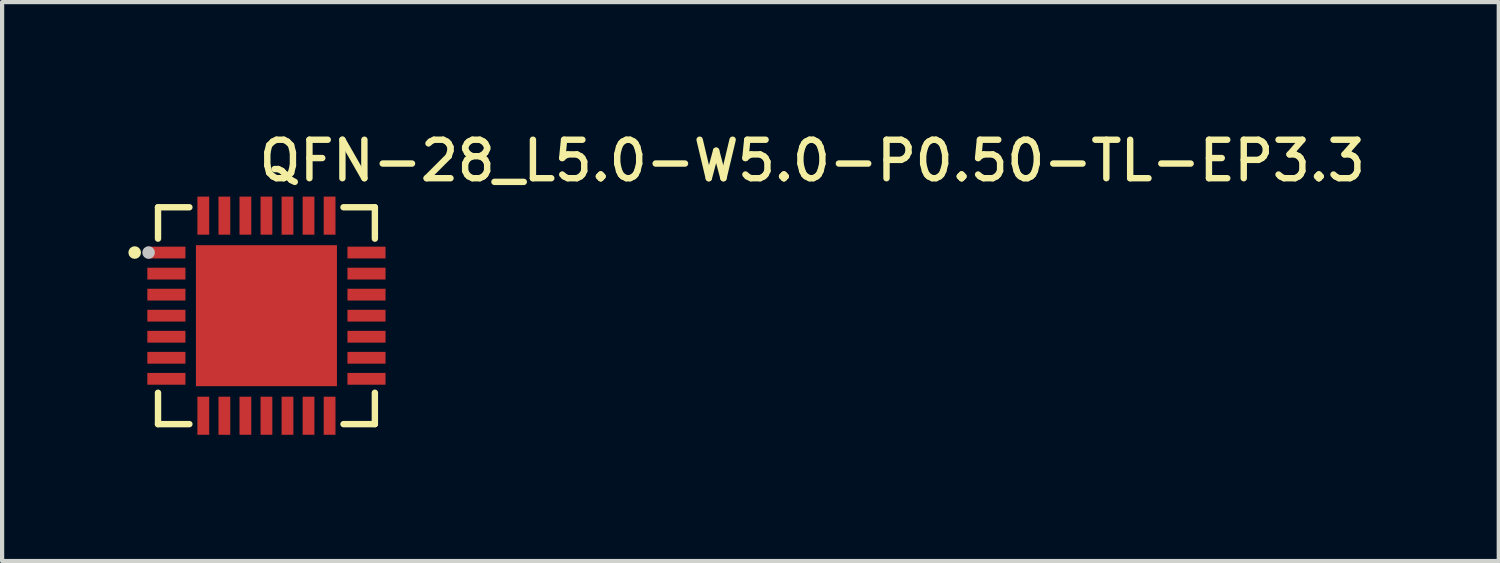
<source format=kicad_pcb>
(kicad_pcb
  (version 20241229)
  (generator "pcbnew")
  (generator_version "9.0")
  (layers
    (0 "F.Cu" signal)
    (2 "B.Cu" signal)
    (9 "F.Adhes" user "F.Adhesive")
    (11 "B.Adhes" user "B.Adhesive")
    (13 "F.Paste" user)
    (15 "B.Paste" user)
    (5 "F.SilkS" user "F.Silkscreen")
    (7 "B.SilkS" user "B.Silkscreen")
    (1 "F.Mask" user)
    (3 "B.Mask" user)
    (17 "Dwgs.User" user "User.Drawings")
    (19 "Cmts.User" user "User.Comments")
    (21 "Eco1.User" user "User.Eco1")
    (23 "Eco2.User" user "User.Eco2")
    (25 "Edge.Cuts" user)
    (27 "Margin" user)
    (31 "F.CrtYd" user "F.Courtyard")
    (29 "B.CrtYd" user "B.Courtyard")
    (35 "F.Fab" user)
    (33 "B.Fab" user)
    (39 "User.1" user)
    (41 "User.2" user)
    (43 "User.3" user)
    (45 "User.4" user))
  (footprint "QFN-28_L5.0-W5.0-P0.50-TL-EP3.3"
    (layer "F.Cu")
    (at 3.28 4.45)
    (property "Reference" "QFN-28_L5.0-W5.0-P0.50-TL-EP3.3" (at -0.254 -4.216 0) (layer "F.SilkS") (effects (font (size 0.914 0.914) (thickness 0.152)) (justify left top)))
    (fp_line (start -2.576 -2.576) (end -2.576 -1.831) (stroke (width 0.152) (type default)) (layer "F.SilkS"))
    (fp_line (start -2.576 2.576) (end -2.576 1.831) (stroke (width 0.152) (type default)) (layer "F.SilkS"))
    (fp_line (start -1.831 -2.576) (end -2.576 -2.576) (stroke (width 0.152) (type default)) (layer "F.SilkS"))
    (fp_line (start -1.831 2.576) (end -2.576 2.576) (stroke (width 0.152) (type default)) (layer "F.SilkS"))
    (fp_line (start 1.831 -2.576) (end 2.576 -2.576) (stroke (width 0.152) (type default)) (layer "F.SilkS"))
    (fp_line (start 1.831 2.576) (end 2.576 2.576) (stroke (width 0.152) (type default)) (layer "F.SilkS"))
    (fp_line (start 2.576 -2.576) (end 2.576 -1.831) (stroke (width 0.152) (type default)) (layer "F.SilkS"))
    (fp_line (start 2.576 2.576) (end 2.576 1.831) (stroke (width 0.152) (type default)) (layer "F.SilkS"))
    (fp_circle (center -3.13 -1.5) (end -3.055 -1.5) (stroke (width 0.15) (type default)) (fill no) (layer "F.SilkS"))
    (fp_circle (center -2.8 -1.5) (end -2.725 -1.5) (stroke (width 0.15) (type default)) (fill no) (layer "Dwgs.User"))
    (fp_circle (center -2.5 -2.5) (end -2.47 -2.5) (stroke (width 0.06) (type default)) (fill no) (layer "User.5"))
    (pad "1" smd rect (at -2.377 -1.5) (size 0.905 0.28) (layers "F.Cu" "F.Mask" "F.Paste"))
    (pad "2" smd rect (at -2.377 -1) (size 0.905 0.28) (layers "F.Cu" "F.Mask" "F.Paste"))
    (pad "3" smd rect (at -2.377 -0.5) (size 0.905 0.28) (layers "F.Cu" "F.Mask" "F.Paste"))
    (pad "4" smd rect (at -2.377 0) (size 0.905 0.28) (layers "F.Cu" "F.Mask" "F.Paste"))
    (pad "5" smd rect (at -2.377 0.5) (size 0.905 0.28) (layers "F.Cu" "F.Mask" "F.Paste"))
    (pad "6" smd rect (at -2.377 1) (size 0.905 0.28) (layers "F.Cu" "F.Mask" "F.Paste"))
    (pad "7" smd rect (at -2.377 1.5) (size 0.905 0.28) (layers "F.Cu" "F.Mask" "F.Paste"))
    (pad "8" smd rect (at -1.5 2.377) (size 0.28 0.905) (layers "F.Cu" "F.Mask" "F.Paste"))
    (pad "9" smd rect (at -1 2.377) (size 0.28 0.905) (layers "F.Cu" "F.Mask" "F.Paste"))
    (pad "10" smd rect (at -0.5 2.377) (size 0.28 0.905) (layers "F.Cu" "F.Mask" "F.Paste"))
    (pad "11" smd rect (at 0 2.377) (size 0.28 0.905) (layers "F.Cu" "F.Mask" "F.Paste"))
    (pad "12" smd rect (at 0.5 2.377) (size 0.28 0.905) (layers "F.Cu" "F.Mask" "F.Paste"))
    (pad "13" smd rect (at 1 2.377) (size 0.28 0.905) (layers "F.Cu" "F.Mask" "F.Paste"))
    (pad "14" smd rect (at 1.5 2.377) (size 0.28 0.905) (layers "F.Cu" "F.Mask" "F.Paste"))
    (pad "15" smd rect (at 2.377 1.5) (size 0.905 0.28) (layers "F.Cu" "F.Mask" "F.Paste"))
    (pad "16" smd rect (at 2.377 1) (size 0.905 0.28) (layers "F.Cu" "F.Mask" "F.Paste"))
    (pad "17" smd rect (at 2.377 0.5) (size 0.905 0.28) (layers "F.Cu" "F.Mask" "F.Paste"))
    (pad "18" smd rect (at 2.377 0) (size 0.905 0.28) (layers "F.Cu" "F.Mask" "F.Paste"))
    (pad "19" smd rect (at 2.377 -0.5) (size 0.905 0.28) (layers "F.Cu" "F.Mask" "F.Paste"))
    (pad "20" smd rect (at 2.377 -1) (size 0.905 0.28) (layers "F.Cu" "F.Mask" "F.Paste"))
    (pad "21" smd rect (at 2.377 -1.5) (size 0.905 0.28) (layers "F.Cu" "F.Mask" "F.Paste"))
    (pad "22" smd rect (at 1.5 -2.377) (size 0.28 0.905) (layers "F.Cu" "F.Mask" "F.Paste"))
    (pad "23" smd rect (at 1 -2.377) (size 0.28 0.905) (layers "F.Cu" "F.Mask" "F.Paste"))
    (pad "24" smd rect (at 0.5 -2.377) (size 0.28 0.905) (layers "F.Cu" "F.Mask" "F.Paste"))
    (pad "25" smd rect (at 0 -2.377) (size 0.28 0.905) (layers "F.Cu" "F.Mask" "F.Paste"))
    (pad "26" smd rect (at -0.5 -2.377) (size 0.28 0.905) (layers "F.Cu" "F.Mask" "F.Paste"))
    (pad "27" smd rect (at -1 -2.377) (size 0.28 0.905) (layers "F.Cu" "F.Mask" "F.Paste"))
    (pad "28" smd rect (at -1.5 -2.377) (size 0.28 0.905) (layers "F.Cu" "F.Mask" "F.Paste"))
    (pad "29" smd rect (at 0 0) (size 3.35 3.35) (layers "F.Cu" "F.Mask" "F.Paste"))
    (zone (net_name "") (layer "F.Paste") (hatch edge 0.5) (priority 100) (connect_pads yes) (min_thickness 0) (filled_areas_thickness no) (fill yes) (polygon (pts (xy 0.45 2.81) (xy 1.355 2.81) (xy 1.355 3.09) (xy 0.45 3.09))) (filled_polygon (layer "F.Paste") (island) (pts (xy 0.45 2.81) (xy 1.355 2.81) (xy 1.355 3.09) (xy 0.45 3.09))))
    (zone (net_name "") (layer "F.Paste") (hatch edge 0.5) (priority 100) (connect_pads yes) (min_thickness 0) (filled_areas_thickness no) (fill yes) (polygon (pts (xy 0.45 3.31) (xy 1.355 3.31) (xy 1.355 3.59) (xy 0.45 3.59))) (filled_polygon (layer "F.Paste") (island) (pts (xy 0.45 3.31) (xy 1.355 3.31) (xy 1.355 3.59) (xy 0.45 3.59))))
    (zone (net_name "") (layer "F.Paste") (hatch edge 0.5) (priority 100) (connect_pads yes) (min_thickness 0) (filled_areas_thickness no) (fill yes) (polygon (pts (xy 0.45 3.81) (xy 1.355 3.81) (xy 1.355 4.09) (xy 0.45 4.09))) (filled_polygon (layer "F.Paste") (island) (pts (xy 0.45 3.81) (xy 1.355 3.81) (xy 1.355 4.09) (xy 0.45 4.09))))
    (zone (net_name "") (layer "F.Paste") (hatch edge 0.5) (priority 100) (connect_pads yes) (min_thickness 0) (filled_areas_thickness no) (fill yes) (polygon (pts (xy 0.45 4.31) (xy 1.355 4.31) (xy 1.355 4.59) (xy 0.45 4.59))) (filled_polygon (layer "F.Paste") (island) (pts (xy 0.45 4.31) (xy 1.355 4.31) (xy 1.355 4.59) (xy 0.45 4.59))))
    (zone (net_name "") (layer "F.Paste") (hatch edge 0.5) (priority 100) (connect_pads yes) (min_thickness 0) (filled_areas_thickness no) (fill yes) (polygon (pts (xy 0.45 4.81) (xy 1.355 4.81) (xy 1.355 5.09) (xy 0.45 5.09))) (filled_polygon (layer "F.Paste") (island) (pts (xy 0.45 4.81) (xy 1.355 4.81) (xy 1.355 5.09) (xy 0.45 5.09))))
    (zone (net_name "") (layer "F.Paste") (hatch edge 0.5) (priority 100) (connect_pads yes) (min_thickness 0) (filled_areas_thickness no) (fill yes) (polygon (pts (xy 0.45 5.31) (xy 1.355 5.31) (xy 1.355 5.59) (xy 0.45 5.59))) (filled_polygon (layer "F.Paste") (island) (pts (xy 0.45 5.31) (xy 1.355 5.31) (xy 1.355 5.59) (xy 0.45 5.59))))
    (zone (net_name "") (layer "F.Paste") (hatch edge 0.5) (priority 100) (connect_pads yes) (min_thickness 0) (filled_areas_thickness no) (fill yes) (polygon (pts (xy 0.45 5.81) (xy 1.355 5.81) (xy 1.355 6.09) (xy 0.45 6.09))) (filled_polygon (layer "F.Paste") (island) (pts (xy 0.45 5.81) (xy 1.355 5.81) (xy 1.355 6.09) (xy 0.45 6.09))))
    (zone (net_name "") (layer "F.Paste") (hatch edge 0.5) (priority 100) (connect_pads yes) (min_thickness 0) (filled_areas_thickness no) (fill yes) (polygon (pts (xy 1.64 1.62) (xy 1.92 1.62) (xy 1.92 2.525) (xy 1.64 2.525))) (filled_polygon (layer "F.Paste") (island) (pts (xy 1.64 1.62) (xy 1.92 1.62) (xy 1.92 2.525) (xy 1.64 2.525))))
    (zone (net_name "") (layer "F.Paste") (hatch edge 0.5) (priority 100) (connect_pads yes) (min_thickness 0) (filled_areas_thickness no) (fill yes) (polygon (pts (xy 1.64 6.374) (xy 1.92 6.374) (xy 1.92 7.279) (xy 1.64 7.279))) (filled_polygon (layer "F.Paste") (island) (pts (xy 1.64 6.374) (xy 1.92 6.374) (xy 1.92 7.279) (xy 1.64 7.279))))
    (zone (net_name "") (layer "F.Paste") (hatch edge 0.5) (priority 100) (connect_pads yes) (min_thickness 0) (filled_areas_thickness no) (fill yes) (polygon (pts (xy 1.93 3.1) (xy 4.63 3.1) (xy 4.63 5.8) (xy 1.93 5.8))) (filled_polygon (layer "F.Paste") (island) (pts (xy 1.93 3.1) (xy 4.63 3.1) (xy 4.63 5.8) (xy 1.93 5.8))))
    (zone (net_name "") (layer "F.Paste") (hatch edge 0.5) (priority 100) (connect_pads yes) (min_thickness 0) (filled_areas_thickness no) (fill yes) (polygon (pts (xy 2.14 1.62) (xy 2.42 1.62) (xy 2.42 2.525) (xy 2.14 2.525))) (filled_polygon (layer "F.Paste") (island) (pts (xy 2.14 1.62) (xy 2.42 1.62) (xy 2.42 2.525) (xy 2.14 2.525))))
    (zone (net_name "") (layer "F.Paste") (hatch edge 0.5) (priority 100) (connect_pads yes) (min_thickness 0) (filled_areas_thickness no) (fill yes) (polygon (pts (xy 2.14 6.374) (xy 2.42 6.374) (xy 2.42 7.279) (xy 2.14 7.279))) (filled_polygon (layer "F.Paste") (island) (pts (xy 2.14 6.374) (xy 2.42 6.374) (xy 2.42 7.279) (xy 2.14 7.279))))
    (zone (net_name "") (layer "F.Paste") (hatch edge 0.5) (priority 100) (connect_pads yes) (min_thickness 0) (filled_areas_thickness no) (fill yes) (polygon (pts (xy 2.64 1.62) (xy 2.92 1.62) (xy 2.92 2.525) (xy 2.64 2.525))) (filled_polygon (layer "F.Paste") (island) (pts (xy 2.64 1.62) (xy 2.92 1.62) (xy 2.92 2.525) (xy 2.64 2.525))))
    (zone (net_name "") (layer "F.Paste") (hatch edge 0.5) (priority 100) (connect_pads yes) (min_thickness 0) (filled_areas_thickness no) (fill yes) (polygon (pts (xy 2.64 6.374) (xy 2.92 6.374) (xy 2.92 7.279) (xy 2.64 7.279))) (filled_polygon (layer "F.Paste") (island) (pts (xy 2.64 6.374) (xy 2.92 6.374) (xy 2.92 7.279) (xy 2.64 7.279))))
    (zone (net_name "") (layer "F.Paste") (hatch edge 0.5) (priority 100) (connect_pads yes) (min_thickness 0) (filled_areas_thickness no) (fill yes) (polygon (pts (xy 3.14 1.62) (xy 3.42 1.62) (xy 3.42 2.525) (xy 3.14 2.525))) (filled_polygon (layer "F.Paste") (island) (pts (xy 3.14 1.62) (xy 3.42 1.62) (xy 3.42 2.525) (xy 3.14 2.525))))
    (zone (net_name "") (layer "F.Paste") (hatch edge 0.5) (priority 100) (connect_pads yes) (min_thickness 0) (filled_areas_thickness no) (fill yes) (polygon (pts (xy 3.14 6.374) (xy 3.42 6.374) (xy 3.42 7.279) (xy 3.14 7.279))) (filled_polygon (layer "F.Paste") (island) (pts (xy 3.14 6.374) (xy 3.42 6.374) (xy 3.42 7.279) (xy 3.14 7.279))))
    (zone (net_name "") (layer "F.Paste") (hatch edge 0.5) (priority 100) (connect_pads yes) (min_thickness 0) (filled_areas_thickness no) (fill yes) (polygon (pts (xy 3.64 1.62) (xy 3.92 1.62) (xy 3.92 2.525) (xy 3.64 2.525))) (filled_polygon (layer "F.Paste") (island) (pts (xy 3.64 1.62) (xy 3.92 1.62) (xy 3.92 2.525) (xy 3.64 2.525))))
    (zone (net_name "") (layer "F.Paste") (hatch edge 0.5) (priority 100) (connect_pads yes) (min_thickness 0) (filled_areas_thickness no) (fill yes) (polygon (pts (xy 3.64 6.374) (xy 3.92 6.374) (xy 3.92 7.279) (xy 3.64 7.279))) (filled_polygon (layer "F.Paste") (island) (pts (xy 3.64 6.374) (xy 3.92 6.374) (xy 3.92 7.279) (xy 3.64 7.279))))
    (zone (net_name "") (layer "F.Paste") (hatch edge 0.5) (priority 100) (connect_pads yes) (min_thickness 0) (filled_areas_thickness no) (fill yes) (polygon (pts (xy 4.14 1.62) (xy 4.42 1.62) (xy 4.42 2.525) (xy 4.14 2.525))) (filled_polygon (layer "F.Paste") (island) (pts (xy 4.14 1.62) (xy 4.42 1.62) (xy 4.42 2.525) (xy 4.14 2.525))))
    (zone (net_name "") (layer "F.Paste") (hatch edge 0.5) (priority 100) (connect_pads yes) (min_thickness 0) (filled_areas_thickness no) (fill yes) (polygon (pts (xy 4.14 6.374) (xy 4.42 6.374) (xy 4.42 7.279) (xy 4.14 7.279))) (filled_polygon (layer "F.Paste") (island) (pts (xy 4.14 6.374) (xy 4.42 6.374) (xy 4.42 7.279) (xy 4.14 7.279))))
    (zone (net_name "") (layer "F.Paste") (hatch edge 0.5) (priority 100) (connect_pads yes) (min_thickness 0) (filled_areas_thickness no) (fill yes) (polygon (pts (xy 4.64 1.62) (xy 4.92 1.62) (xy 4.92 2.525) (xy 4.64 2.525))) (filled_polygon (layer "F.Paste") (island) (pts (xy 4.64 1.62) (xy 4.92 1.62) (xy 4.92 2.525) (xy 4.64 2.525))))
    (zone (net_name "") (layer "F.Paste") (hatch edge 0.5) (priority 100) (connect_pads yes) (min_thickness 0) (filled_areas_thickness no) (fill yes) (polygon (pts (xy 4.64 6.374) (xy 4.92 6.374) (xy 4.92 7.279) (xy 4.64 7.279))) (filled_polygon (layer "F.Paste") (island) (pts (xy 4.64 6.374) (xy 4.92 6.374) (xy 4.92 7.279) (xy 4.64 7.279))))
    (zone (net_name "") (layer "F.Paste") (hatch edge 0.5) (priority 100) (connect_pads yes) (min_thickness 0) (filled_areas_thickness no) (fill yes) (polygon (pts (xy 5.205 2.81) (xy 6.11 2.81) (xy 6.11 3.09) (xy 5.205 3.09))) (filled_polygon (layer "F.Paste") (island) (pts (xy 5.205 2.81) (xy 6.11 2.81) (xy 6.11 3.09) (xy 5.205 3.09))))
    (zone (net_name "") (layer "F.Paste") (hatch edge 0.5) (priority 100) (connect_pads yes) (min_thickness 0) (filled_areas_thickness no) (fill yes) (polygon (pts (xy 5.205 3.31) (xy 6.11 3.31) (xy 6.11 3.59) (xy 5.205 3.59))) (filled_polygon (layer "F.Paste") (island) (pts (xy 5.205 3.31) (xy 6.11 3.31) (xy 6.11 3.59) (xy 5.205 3.59))))
    (zone (net_name "") (layer "F.Paste") (hatch edge 0.5) (priority 100) (connect_pads yes) (min_thickness 0) (filled_areas_thickness no) (fill yes) (polygon (pts (xy 5.205 3.81) (xy 6.11 3.81) (xy 6.11 4.09) (xy 5.205 4.09))) (filled_polygon (layer "F.Paste") (island) (pts (xy 5.205 3.81) (xy 6.11 3.81) (xy 6.11 4.09) (xy 5.205 4.09))))
    (zone (net_name "") (layer "F.Paste") (hatch edge 0.5) (priority 100) (connect_pads yes) (min_thickness 0) (filled_areas_thickness no) (fill yes) (polygon (pts (xy 5.205 4.31) (xy 6.11 4.31) (xy 6.11 4.59) (xy 5.205 4.59))) (filled_polygon (layer "F.Paste") (island) (pts (xy 5.205 4.31) (xy 6.11 4.31) (xy 6.11 4.59) (xy 5.205 4.59))))
    (zone (net_name "") (layer "F.Paste") (hatch edge 0.5) (priority 100) (connect_pads yes) (min_thickness 0) (filled_areas_thickness no) (fill yes) (polygon (pts (xy 5.205 4.81) (xy 6.11 4.81) (xy 6.11 5.09) (xy 5.205 5.09))) (filled_polygon (layer "F.Paste") (island) (pts (xy 5.205 4.81) (xy 6.11 4.81) (xy 6.11 5.09) (xy 5.205 5.09))))
    (zone (net_name "") (layer "F.Paste") (hatch edge 0.5) (priority 100) (connect_pads yes) (min_thickness 0) (filled_areas_thickness no) (fill yes) (polygon (pts (xy 5.205 5.31) (xy 6.11 5.31) (xy 6.11 5.59) (xy 5.205 5.59))) (filled_polygon (layer "F.Paste") (island) (pts (xy 5.205 5.31) (xy 6.11 5.31) (xy 6.11 5.59) (xy 5.205 5.59))))
    (zone (net_name "") (layer "F.Paste") (hatch edge 0.5) (priority 100) (connect_pads yes) (min_thickness 0) (filled_areas_thickness no) (fill yes) (polygon (pts (xy 5.205 5.81) (xy 6.11 5.81) (xy 6.11 6.09) (xy 5.205 6.09))) (filled_polygon (layer "F.Paste") (island) (pts (xy 5.205 5.81) (xy 6.11 5.81) (xy 6.11 6.09) (xy 5.205 6.09))))
    (zone (net_name "") (layer "User.3") (hatch edge 0.5) (priority 100) (connect_pads yes) (min_thickness 0) (filled_areas_thickness no) (fill yes) (polygon (pts (xy 0.78 1.95) (xy 5.78 1.95) (xy 5.78 6.95) (xy 0.78 6.95))) (filled_polygon (layer "User.3") (island) (pts (xy 0.78 1.95) (xy 5.78 1.95) (xy 5.78 6.95) (xy 0.78 6.95))))
    (zone (net_name "") (layer "User.4") (hatch edge 0.5) (priority 100) (connect_pads yes) (min_thickness 0) (filled_areas_thickness no) (fill yes) (polygon (pts (xy 0.78 2.83) (xy 1.33 2.83) (xy 1.33 3.07) (xy 0.78 3.07))) (filled_polygon (layer "User.4") (island) (pts (xy 0.78 2.83) (xy 1.33 2.83) (xy 1.33 3.07) (xy 0.78 3.07))))
    (zone (net_name "") (layer "User.4") (hatch edge 0.5) (priority 100) (connect_pads yes) (min_thickness 0) (filled_areas_thickness no) (fill yes) (polygon (pts (xy 0.78 3.33) (xy 1.33 3.33) (xy 1.33 3.57) (xy 0.78 3.57))) (filled_polygon (layer "User.4") (island) (pts (xy 0.78 3.33) (xy 1.33 3.33) (xy 1.33 3.57) (xy 0.78 3.57))))
    (zone (net_name "") (layer "User.4") (hatch edge 0.5) (priority 100) (connect_pads yes) (min_thickness 0) (filled_areas_thickness no) (fill yes) (polygon (pts (xy 0.78 3.83) (xy 1.33 3.83) (xy 1.33 4.07) (xy 0.78 4.07))) (filled_polygon (layer "User.4") (island) (pts (xy 0.78 3.83) (xy 1.33 3.83) (xy 1.33 4.07) (xy 0.78 4.07))))
    (zone (net_name "") (layer "User.4") (hatch edge 0.5) (priority 100) (connect_pads yes) (min_thickness 0) (filled_areas_thickness no) (fill yes) (polygon (pts (xy 0.78 4.33) (xy 1.33 4.33) (xy 1.33 4.57) (xy 0.78 4.57))) (filled_polygon (layer "User.4") (island) (pts (xy 0.78 4.33) (xy 1.33 4.33) (xy 1.33 4.57) (xy 0.78 4.57))))
    (zone (net_name "") (layer "User.4") (hatch edge 0.5) (priority 100) (connect_pads yes) (min_thickness 0) (filled_areas_thickness no) (fill yes) (polygon (pts (xy 0.78 4.83) (xy 1.33 4.83) (xy 1.33 5.07) (xy 0.78 5.07))) (filled_polygon (layer "User.4") (island) (pts (xy 0.78 4.83) (xy 1.33 4.83) (xy 1.33 5.07) (xy 0.78 5.07))))
    (zone (net_name "") (layer "User.4") (hatch edge 0.5) (priority 100) (connect_pads yes) (min_thickness 0) (filled_areas_thickness no) (fill yes) (polygon (pts (xy 0.78 5.33) (xy 1.33 5.33) (xy 1.33 5.57) (xy 0.78 5.57))) (filled_polygon (layer "User.4") (island) (pts (xy 0.78 5.33) (xy 1.33 5.33) (xy 1.33 5.57) (xy 0.78 5.57))))
    (zone (net_name "") (layer "User.4") (hatch edge 0.5) (priority 100) (connect_pads yes) (min_thickness 0) (filled_areas_thickness no) (fill yes) (polygon (pts (xy 0.78 5.83) (xy 1.33 5.83) (xy 1.33 6.07) (xy 0.78 6.07))) (filled_polygon (layer "User.4") (island) (pts (xy 0.78 5.83) (xy 1.33 5.83) (xy 1.33 6.07) (xy 0.78 6.07))))
    (zone (net_name "") (layer "User.4") (hatch edge 0.5) (priority 100) (connect_pads yes) (min_thickness 0) (filled_areas_thickness no) (fill yes) (polygon (pts (xy 1.655 2.825) (xy 4.905 2.825) (xy 4.905 6.075) (xy 1.655 6.075))) (filled_polygon (layer "User.4") (island) (pts (xy 1.655 2.825) (xy 4.905 2.825) (xy 4.905 6.075) (xy 1.655 6.075))))
    (zone (net_name "") (layer "User.4") (hatch edge 0.5) (priority 100) (connect_pads yes) (min_thickness 0) (filled_areas_thickness no) (fill yes) (polygon (pts (xy 1.66 2.5) (xy 1.9 2.5) (xy 1.9 1.95) (xy 1.66 1.95))) (filled_polygon (layer "User.4") (island) (pts (xy 1.66 2.5) (xy 1.9 2.5) (xy 1.9 1.95) (xy 1.66 1.95))))
    (zone (net_name "") (layer "User.4") (hatch edge 0.5) (priority 100) (connect_pads yes) (min_thickness 0) (filled_areas_thickness no) (fill yes) (polygon (pts (xy 1.66 6.4) (xy 1.9 6.4) (xy 1.9 6.95) (xy 1.66 6.95))) (filled_polygon (layer "User.4") (island) (pts (xy 1.66 6.4) (xy 1.9 6.4) (xy 1.9 6.95) (xy 1.66 6.95))))
    (zone (net_name "") (layer "User.4") (hatch edge 0.5) (priority 100) (connect_pads yes) (min_thickness 0) (filled_areas_thickness no) (fill yes) (polygon (pts (xy 2.16 2.5) (xy 2.4 2.5) (xy 2.4 1.95) (xy 2.16 1.95))) (filled_polygon (layer "User.4") (island) (pts (xy 2.16 2.5) (xy 2.4 2.5) (xy 2.4 1.95) (xy 2.16 1.95))))
    (zone (net_name "") (layer "User.4") (hatch edge 0.5) (priority 100) (connect_pads yes) (min_thickness 0) (filled_areas_thickness no) (fill yes) (polygon (pts (xy 2.16 6.4) (xy 2.4 6.4) (xy 2.4 6.95) (xy 2.16 6.95))) (filled_polygon (layer "User.4") (island) (pts (xy 2.16 6.4) (xy 2.4 6.4) (xy 2.4 6.95) (xy 2.16 6.95))))
    (zone (net_name "") (layer "User.4") (hatch edge 0.5) (priority 100) (connect_pads yes) (min_thickness 0) (filled_areas_thickness no) (fill yes) (polygon (pts (xy 2.66 2.5) (xy 2.9 2.5) (xy 2.9 1.95) (xy 2.66 1.95))) (filled_polygon (layer "User.4") (island) (pts (xy 2.66 2.5) (xy 2.9 2.5) (xy 2.9 1.95) (xy 2.66 1.95))))
    (zone (net_name "") (layer "User.4") (hatch edge 0.5) (priority 100) (connect_pads yes) (min_thickness 0) (filled_areas_thickness no) (fill yes) (polygon (pts (xy 2.66 6.4) (xy 2.9 6.4) (xy 2.9 6.95) (xy 2.66 6.95))) (filled_polygon (layer "User.4") (island) (pts (xy 2.66 6.4) (xy 2.9 6.4) (xy 2.9 6.95) (xy 2.66 6.95))))
    (zone (net_name "") (layer "User.4") (hatch edge 0.5) (priority 100) (connect_pads yes) (min_thickness 0) (filled_areas_thickness no) (fill yes) (polygon (pts (xy 3.16 2.5) (xy 3.4 2.5) (xy 3.4 1.95) (xy 3.16 1.95))) (filled_polygon (layer "User.4") (island) (pts (xy 3.16 2.5) (xy 3.4 2.5) (xy 3.4 1.95) (xy 3.16 1.95))))
    (zone (net_name "") (layer "User.4") (hatch edge 0.5) (priority 100) (connect_pads yes) (min_thickness 0) (filled_areas_thickness no) (fill yes) (polygon (pts (xy 3.16 6.4) (xy 3.4 6.4) (xy 3.4 6.95) (xy 3.16 6.95))) (filled_polygon (layer "User.4") (island) (pts (xy 3.16 6.4) (xy 3.4 6.4) (xy 3.4 6.95) (xy 3.16 6.95))))
    (zone (net_name "") (layer "User.4") (hatch edge 0.5) (priority 100) (connect_pads yes) (min_thickness 0) (filled_areas_thickness no) (fill yes) (polygon (pts (xy 3.66 2.5) (xy 3.9 2.5) (xy 3.9 1.95) (xy 3.66 1.95))) (filled_polygon (layer "User.4") (island) (pts (xy 3.66 2.5) (xy 3.9 2.5) (xy 3.9 1.95) (xy 3.66 1.95))))
    (zone (net_name "") (layer "User.4") (hatch edge 0.5) (priority 100) (connect_pads yes) (min_thickness 0) (filled_areas_thickness no) (fill yes) (polygon (pts (xy 3.66 6.4) (xy 3.9 6.4) (xy 3.9 6.95) (xy 3.66 6.95))) (filled_polygon (layer "User.4") (island) (pts (xy 3.66 6.4) (xy 3.9 6.4) (xy 3.9 6.95) (xy 3.66 6.95))))
    (zone (net_name "") (layer "User.4") (hatch edge 0.5) (priority 100) (connect_pads yes) (min_thickness 0) (filled_areas_thickness no) (fill yes) (polygon (pts (xy 4.16 2.5) (xy 4.4 2.5) (xy 4.4 1.95) (xy 4.16 1.95))) (filled_polygon (layer "User.4") (island) (pts (xy 4.16 2.5) (xy 4.4 2.5) (xy 4.4 1.95) (xy 4.16 1.95))))
    (zone (net_name "") (layer "User.4") (hatch edge 0.5) (priority 100) (connect_pads yes) (min_thickness 0) (filled_areas_thickness no) (fill yes) (polygon (pts (xy 4.16 6.4) (xy 4.4 6.4) (xy 4.4 6.95) (xy 4.16 6.95))) (filled_polygon (layer "User.4") (island) (pts (xy 4.16 6.4) (xy 4.4 6.4) (xy 4.4 6.95) (xy 4.16 6.95))))
    (zone (net_name "") (layer "User.4") (hatch edge 0.5) (priority 100) (connect_pads yes) (min_thickness 0) (filled_areas_thickness no) (fill yes) (polygon (pts (xy 4.66 2.5) (xy 4.9 2.5) (xy 4.9 1.95) (xy 4.66 1.95))) (filled_polygon (layer "User.4") (island) (pts (xy 4.66 2.5) (xy 4.9 2.5) (xy 4.9 1.95) (xy 4.66 1.95))))
    (zone (net_name "") (layer "User.4") (hatch edge 0.5) (priority 100) (connect_pads yes) (min_thickness 0) (filled_areas_thickness no) (fill yes) (polygon (pts (xy 4.66 6.4) (xy 4.9 6.4) (xy 4.9 6.95) (xy 4.66 6.95))) (filled_polygon (layer "User.4") (island) (pts (xy 4.66 6.4) (xy 4.9 6.4) (xy 4.9 6.95) (xy 4.66 6.95))))
    (zone (net_name "") (layer "User.4") (hatch edge 0.5) (priority 100) (connect_pads yes) (min_thickness 0) (filled_areas_thickness no) (fill yes) (polygon (pts (xy 5.78 2.83) (xy 5.23 2.83) (xy 5.23 3.07) (xy 5.78 3.07))) (filled_polygon (layer "User.4") (island) (pts (xy 5.78 2.83) (xy 5.23 2.83) (xy 5.23 3.07) (xy 5.78 3.07))))
    (zone (net_name "") (layer "User.4") (hatch edge 0.5) (priority 100) (connect_pads yes) (min_thickness 0) (filled_areas_thickness no) (fill yes) (polygon (pts (xy 5.78 3.33) (xy 5.23 3.33) (xy 5.23 3.57) (xy 5.78 3.57))) (filled_polygon (layer "User.4") (island) (pts (xy 5.78 3.33) (xy 5.23 3.33) (xy 5.23 3.57) (xy 5.78 3.57))))
    (zone (net_name "") (layer "User.4") (hatch edge 0.5) (priority 100) (connect_pads yes) (min_thickness 0) (filled_areas_thickness no) (fill yes) (polygon (pts (xy 5.78 3.83) (xy 5.23 3.83) (xy 5.23 4.07) (xy 5.78 4.07))) (filled_polygon (layer "User.4") (island) (pts (xy 5.78 3.83) (xy 5.23 3.83) (xy 5.23 4.07) (xy 5.78 4.07))))
    (zone (net_name "") (layer "User.4") (hatch edge 0.5) (priority 100) (connect_pads yes) (min_thickness 0) (filled_areas_thickness no) (fill yes) (polygon (pts (xy 5.78 4.33) (xy 5.23 4.33) (xy 5.23 4.57) (xy 5.78 4.57))) (filled_polygon (layer "User.4") (island) (pts (xy 5.78 4.33) (xy 5.23 4.33) (xy 5.23 4.57) (xy 5.78 4.57))))
    (zone (net_name "") (layer "User.4") (hatch edge 0.5) (priority 100) (connect_pads yes) (min_thickness 0) (filled_areas_thickness no) (fill yes) (polygon (pts (xy 5.78 4.83) (xy 5.23 4.83) (xy 5.23 5.07) (xy 5.78 5.07))) (filled_polygon (layer "User.4") (island) (pts (xy 5.78 4.83) (xy 5.23 4.83) (xy 5.23 5.07) (xy 5.78 5.07))))
    (zone (net_name "") (layer "User.4") (hatch edge 0.5) (priority 100) (connect_pads yes) (min_thickness 0) (filled_areas_thickness no) (fill yes) (polygon (pts (xy 5.78 5.33) (xy 5.23 5.33) (xy 5.23 5.57) (xy 5.78 5.57))) (filled_polygon (layer "User.4") (island) (pts (xy 5.78 5.33) (xy 5.23 5.33) (xy 5.23 5.57) (xy 5.78 5.57))))
    (zone (net_name "") (layer "User.4") (hatch edge 0.5) (priority 100) (connect_pads yes) (min_thickness 0) (filled_areas_thickness no) (fill yes) (polygon (pts (xy 5.78 5.83) (xy 5.23 5.83) (xy 5.23 6.07) (xy 5.78 6.07))) (filled_polygon (layer "User.4") (island) (pts (xy 5.78 5.83) (xy 5.23 5.83) (xy 5.23 6.07) (xy 5.78 6.07)))))
  (gr_rect
    (start -3 -3)
    (end 32.557 10.279)
    (stroke (width 0.1) (type default))
    (fill no)
    (layer "Edge.Cuts")))
</source>
